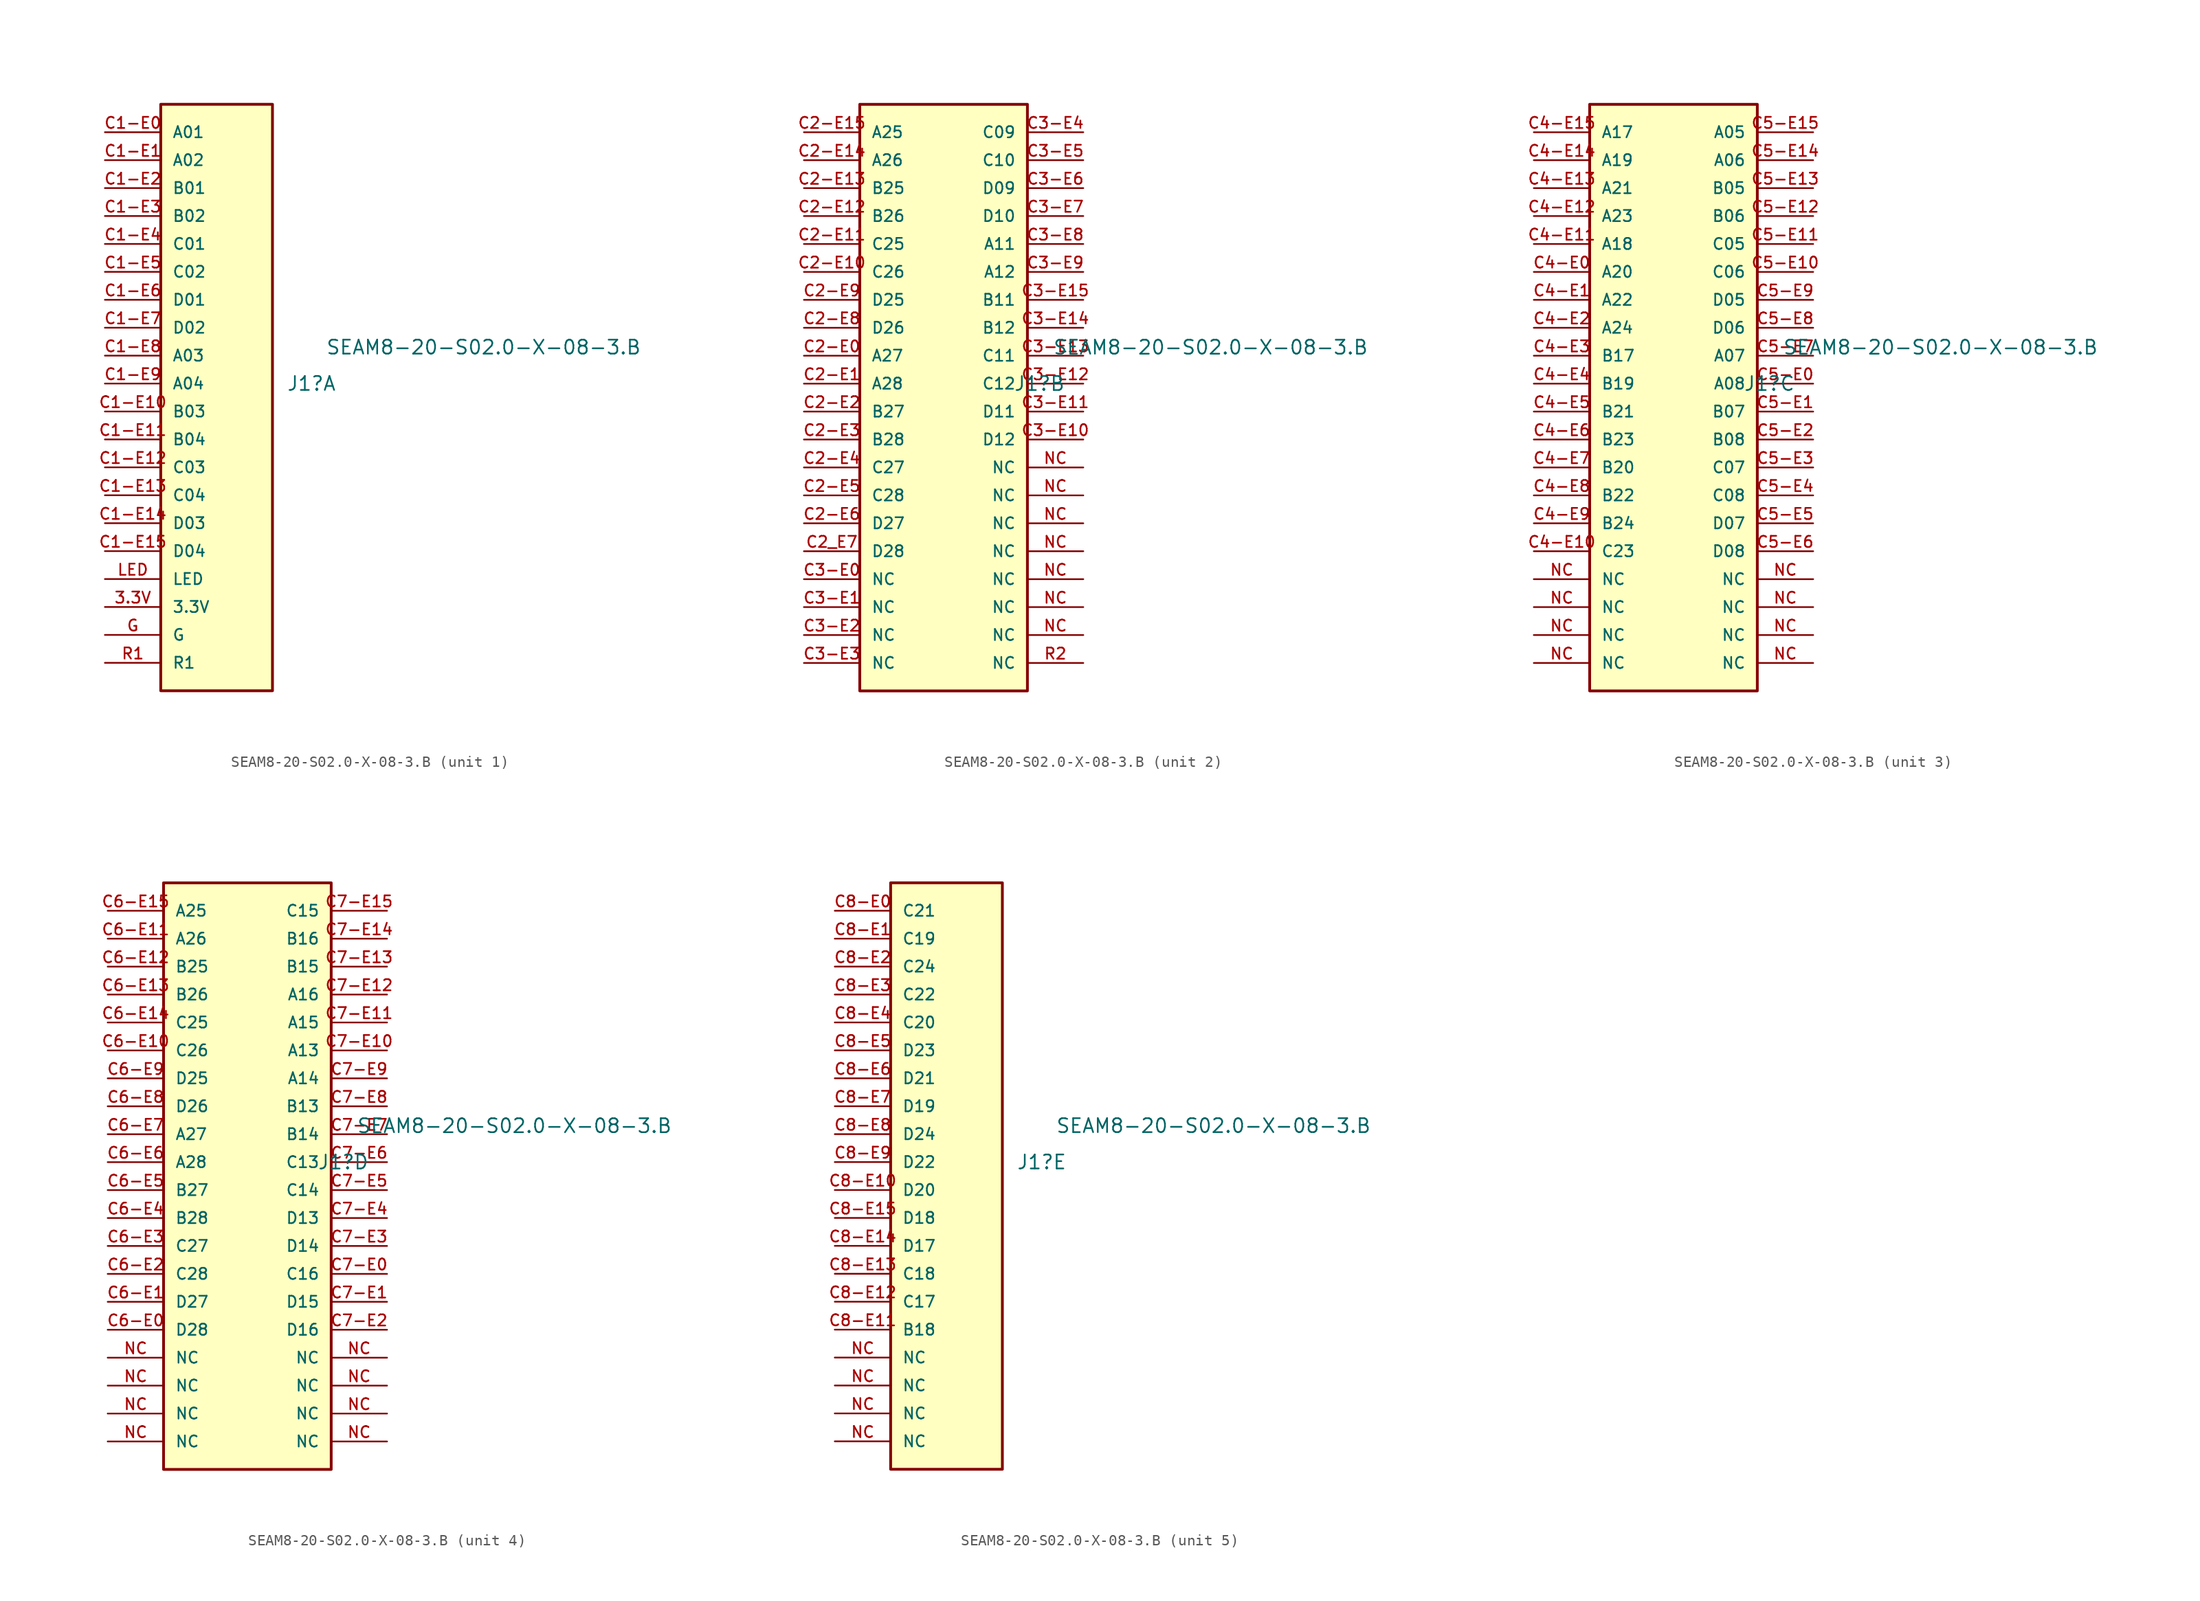
<source format=kicad_sym>
(kicad_symbol_lib
  (version 20241209)
  (generator "kicad_symbol_editor")
  (generator_version "9.0")
  (symbol "SEAM8-20-S02.0-X-08-3.B"
    (pin_names
      (offset 1.016))
    (property "Reference" "J1"
      (at 6.35 2.54 0)
      (effects (font (size 1.27 1.27)) (justify left)))
    (property "Value" "SEAM8-20-S02.0-X-08-3.B"
      (at 9.906 5.842 0)
      (effects (font (size 1.27 1.27)) (justify left)))
    (symbol "SEAM8-20-S02.0-X-08-3.B_1_0"
      (rectangle (start -5.08 27.94) (end 5.08 -25.4) (stroke (width 0.254) (type default)) (fill (type background)))
      (pin passive line (at -10.16 25.4 0) (length 5.08) (name "A01" (effects (font (size 1.016 1.016)))) (number "C1-E0" (effects (font (size 1.016 1.016)))))
      (pin passive line (at -10.16 22.86 0) (length 5.08) (name "A02" (effects (font (size 1.016 1.016)))) (number "C1-E1" (effects (font (size 1.016 1.016)))))
      (pin passive line (at -10.16 20.32 0) (length 5.08) (name "B01" (effects (font (size 1.016 1.016)))) (number "C1-E2" (effects (font (size 1.016 1.016)))))
      (pin passive line (at -10.16 17.78 0) (length 5.08) (name "B02" (effects (font (size 1.016 1.016)))) (number "C1-E3" (effects (font (size 1.016 1.016)))))
      (pin passive line (at -10.16 15.24 0) (length 5.08) (name "C01" (effects (font (size 1.016 1.016)))) (number "C1-E4" (effects (font (size 1.016 1.016)))))
      (pin passive line (at -10.16 12.7 0) (length 5.08) (name "C02" (effects (font (size 1.016 1.016)))) (number "C1-E5" (effects (font (size 1.016 1.016)))))
      (pin passive line (at -10.16 10.16 0) (length 5.08) (name "D01" (effects (font (size 1.016 1.016)))) (number "C1-E6" (effects (font (size 1.016 1.016)))))
      (pin passive line (at -10.16 7.62 0) (length 5.08) (name "D02" (effects (font (size 1.016 1.016)))) (number "C1-E7" (effects (font (size 1.016 1.016)))))
      (pin passive line (at -10.16 5.08 0) (length 5.08) (name "A03" (effects (font (size 1.016 1.016)))) (number "C1-E8" (effects (font (size 1.016 1.016)))))
      (pin passive line (at -10.16 2.54 0) (length 5.08) (name "A04" (effects (font (size 1.016 1.016)))) (number "C1-E9" (effects (font (size 1.016 1.016)))))
      (pin passive line (at -10.16 0 0) (length 5.08) (name "B03" (effects (font (size 1.016 1.016)))) (number "C1-E10" (effects (font (size 1.016 1.016)))))
      (pin passive line (at -10.16 -2.54 0) (length 5.08) (name "B04" (effects (font (size 1.016 1.016)))) (number "C1-E11" (effects (font (size 1.016 1.016)))))
      (pin passive line (at -10.16 -5.08 0) (length 5.08) (name "C03" (effects (font (size 1.016 1.016)))) (number "C1-E12" (effects (font (size 1.016 1.016)))))
      (pin passive line (at -10.16 -7.62 0) (length 5.08) (name "C04" (effects (font (size 1.016 1.016)))) (number "C1-E13" (effects (font (size 1.016 1.016)))))
      (pin passive line (at -10.16 -10.16 0) (length 5.08) (name "D03" (effects (font (size 1.016 1.016)))) (number "C1-E14" (effects (font (size 1.016 1.016)))))
      (pin passive line (at -10.16 -12.7 0) (length 5.08) (name "D04" (effects (font (size 1.016 1.016)))) (number "C1-E15" (effects (font (size 1.016 1.016)))))
      (pin passive line (at -10.16 -15.24 0) (length 5.08) (name "LED" (effects (font (size 1.016 1.016)))) (number "LED" (effects (font (size 1.016 1.016)))))
      (pin passive line (at -10.16 -17.78 0) (length 5.08) (name "3.3V" (effects (font (size 1.016 1.016)))) (number "3.3V" (effects (font (size 1.016 1.016)))))
      (pin passive line (at -10.16 -20.32 0) (length 5.08) (name "G" (effects (font (size 1.016 1.016)))) (number "G" (effects (font (size 1.016 1.016)))))
      (pin passive line (at -10.16 -22.86 0) (length 5.08) (name "R1" (effects (font (size 1.016 1.016)))) (number "R1" (effects (font (size 1.016 1.016))))))
    (symbol "SEAM8-20-S02.0-X-08-3.B_2_0"
      (rectangle (start -7.62 27.94) (end 7.62 -25.4) (stroke (width 0.254) (type default)) (fill (type background)))
      (pin passive line (at -12.7 25.4 0) (length 5.08) (name "A25" (effects (font (size 1.016 1.016)))) (number "C2-E15" (effects (font (size 1.016 1.016)))))
      (pin passive line (at -12.7 22.86 0) (length 5.08) (name "A26" (effects (font (size 1.016 1.016)))) (number "C2-E14" (effects (font (size 1.016 1.016)))))
      (pin passive line (at -12.7 20.32 0) (length 5.08) (name "B25" (effects (font (size 1.016 1.016)))) (number "C2-E13" (effects (font (size 1.016 1.016)))))
      (pin passive line (at -12.7 17.78 0) (length 5.08) (name "B26" (effects (font (size 1.016 1.016)))) (number "C2-E12" (effects (font (size 1.016 1.016)))))
      (pin passive line (at -12.7 15.24 0) (length 5.08) (name "C25" (effects (font (size 1.016 1.016)))) (number "C2-E11" (effects (font (size 1.016 1.016)))))
      (pin passive line (at -12.7 12.7 0) (length 5.08) (name "C26" (effects (font (size 1.016 1.016)))) (number "C2-E10" (effects (font (size 1.016 1.016)))))
      (pin passive line (at -12.7 10.16 0) (length 5.08) (name "D25" (effects (font (size 1.016 1.016)))) (number "C2-E9" (effects (font (size 1.016 1.016)))))
      (pin passive line (at -12.7 7.62 0) (length 5.08) (name "D26" (effects (font (size 1.016 1.016)))) (number "C2-E8" (effects (font (size 1.016 1.016)))))
      (pin passive line (at -12.7 5.08 0) (length 5.08) (name "A27" (effects (font (size 1.016 1.016)))) (number "C2-E0" (effects (font (size 1.016 1.016)))))
      (pin passive line (at -12.7 2.54 0) (length 5.08) (name "A28" (effects (font (size 1.016 1.016)))) (number "C2-E1" (effects (font (size 1.016 1.016)))))
      (pin passive line (at -12.7 0 0) (length 5.08) (name "B27" (effects (font (size 1.016 1.016)))) (number "C2-E2" (effects (font (size 1.016 1.016)))))
      (pin passive line (at -12.7 -2.54 0) (length 5.08) (name "B28" (effects (font (size 1.016 1.016)))) (number "C2-E3" (effects (font (size 1.016 1.016)))))
      (pin passive line (at -12.7 -5.08 0) (length 5.08) (name "C27" (effects (font (size 1.016 1.016)))) (number "C2-E4" (effects (font (size 1.016 1.016)))))
      (pin passive line (at -12.7 -7.62 0) (length 5.08) (name "C28" (effects (font (size 1.016 1.016)))) (number "C2-E5" (effects (font (size 1.016 1.016)))))
      (pin passive line (at -12.7 -10.16 0) (length 5.08) (name "D27" (effects (font (size 1.016 1.016)))) (number "C2-E6" (effects (font (size 1.016 1.016)))))
      (pin passive line (at -12.7 -12.7 0) (length 5.08) (name "D28" (effects (font (size 1.016 1.016)))) (number "C2_E7" (effects (font (size 1.016 1.016)))))
      (pin passive line (at -12.7 -15.24 0) (length 5.08) (name "NC" (effects (font (size 1.016 1.016)))) (number "C3-E0" (effects (font (size 1.016 1.016)))))
      (pin passive line (at -12.7 -17.78 0) (length 5.08) (name "NC" (effects (font (size 1.016 1.016)))) (number "C3-E1" (effects (font (size 1.016 1.016)))))
      (pin passive line (at -12.7 -20.32 0) (length 5.08) (name "NC" (effects (font (size 1.016 1.016)))) (number "C3-E2" (effects (font (size 1.016 1.016)))))
      (pin passive line (at -12.7 -22.86 0) (length 5.08) (name "NC" (effects (font (size 1.016 1.016)))) (number "C3-E3" (effects (font (size 1.016 1.016)))))
      (pin passive line (at 12.7 25.4 180) (length 5.08) (name "C09" (effects (font (size 1.016 1.016)))) (number "C3-E4" (effects (font (size 1.016 1.016)))))
      (pin passive line (at 12.7 22.86 180) (length 5.08) (name "C10" (effects (font (size 1.016 1.016)))) (number "C3-E5" (effects (font (size 1.016 1.016)))))
      (pin passive line (at 12.7 20.32 180) (length 5.08) (name "D09" (effects (font (size 1.016 1.016)))) (number "C3-E6" (effects (font (size 1.016 1.016)))))
      (pin passive line (at 12.7 17.78 180) (length 5.08) (name "D10" (effects (font (size 1.016 1.016)))) (number "C3-E7" (effects (font (size 1.016 1.016)))))
      (pin passive line (at 12.7 15.24 180) (length 5.08) (name "A11" (effects (font (size 1.016 1.016)))) (number "C3-E8" (effects (font (size 1.016 1.016)))))
      (pin passive line (at 12.7 12.7 180) (length 5.08) (name "A12" (effects (font (size 1.016 1.016)))) (number "C3-E9" (effects (font (size 1.016 1.016)))))
      (pin passive line (at 12.7 10.16 180) (length 5.08) (name "B11" (effects (font (size 1.016 1.016)))) (number "C3-E15" (effects (font (size 1.016 1.016)))))
      (pin passive line (at 12.7 7.62 180) (length 5.08) (name "B12" (effects (font (size 1.016 1.016)))) (number "C3-E14" (effects (font (size 1.016 1.016)))))
      (pin passive line (at 12.7 5.08 180) (length 5.08) (name "C11" (effects (font (size 1.016 1.016)))) (number "C3-E13" (effects (font (size 1.016 1.016)))))
      (pin passive line (at 12.7 2.54 180) (length 5.08) (name "C12" (effects (font (size 1.016 1.016)))) (number "C3-E12" (effects (font (size 1.016 1.016)))))
      (pin passive line (at 12.7 0 180) (length 5.08) (name "D11" (effects (font (size 1.016 1.016)))) (number "C3-E11" (effects (font (size 1.016 1.016)))))
      (pin passive line (at 12.7 -2.54 180) (length 5.08) (name "D12" (effects (font (size 1.016 1.016)))) (number "C3-E10" (effects (font (size 1.016 1.016)))))
      (pin passive line (at 12.7 -5.08 180) (length 5.08) (name "NC" (effects (font (size 1.016 1.016)))) (number "NC" (effects (font (size 1.016 1.016)))))
      (pin passive line (at 12.7 -7.62 180) (length 5.08) (name "NC" (effects (font (size 1.016 1.016)))) (number "NC" (effects (font (size 1.016 1.016)))))
      (pin passive line (at 12.7 -10.16 180) (length 5.08) (name "NC" (effects (font (size 1.016 1.016)))) (number "NC" (effects (font (size 1.016 1.016)))))
      (pin passive line (at 12.7 -12.7 180) (length 5.08) (name "NC" (effects (font (size 1.016 1.016)))) (number "NC" (effects (font (size 1.016 1.016)))))
      (pin passive line (at 12.7 -15.24 180) (length 5.08) (name "NC" (effects (font (size 1.016 1.016)))) (number "NC" (effects (font (size 1.016 1.016)))))
      (pin passive line (at 12.7 -17.78 180) (length 5.08) (name "NC" (effects (font (size 1.016 1.016)))) (number "NC" (effects (font (size 1.016 1.016)))))
      (pin passive line (at 12.7 -20.32 180) (length 5.08) (name "NC" (effects (font (size 1.016 1.016)))) (number "NC" (effects (font (size 1.016 1.016)))))
      (pin passive line (at 12.7 -22.86 180) (length 5.08) (name "NC" (effects (font (size 1.016 1.016)))) (number "R2" (effects (font (size 1.016 1.016))))))
    (symbol "SEAM8-20-S02.0-X-08-3.B_3_0"
      (rectangle (start -7.62 27.94) (end 7.62 -25.4) (stroke (width 0.254) (type default)) (fill (type background)))
      (pin passive line (at -12.7 25.4 0) (length 5.08) (name "A17" (effects (font (size 1.016 1.016)))) (number "C4-E15" (effects (font (size 1.016 1.016)))))
      (pin passive line (at -12.7 22.86 0) (length 5.08) (name "A19" (effects (font (size 1.016 1.016)))) (number "C4-E14" (effects (font (size 1.016 1.016)))))
      (pin passive line (at -12.7 20.32 0) (length 5.08) (name "A21" (effects (font (size 1.016 1.016)))) (number "C4-E13" (effects (font (size 1.016 1.016)))))
      (pin passive line (at -12.7 17.78 0) (length 5.08) (name "A23" (effects (font (size 1.016 1.016)))) (number "C4-E12" (effects (font (size 1.016 1.016)))))
      (pin passive line (at -12.7 15.24 0) (length 5.08) (name "A18" (effects (font (size 1.016 1.016)))) (number "C4-E11" (effects (font (size 1.016 1.016)))))
      (pin passive line (at -12.7 12.7 0) (length 5.08) (name "A20" (effects (font (size 1.016 1.016)))) (number "C4-E0" (effects (font (size 1.016 1.016)))))
      (pin passive line (at -12.7 10.16 0) (length 5.08) (name "A22" (effects (font (size 1.016 1.016)))) (number "C4-E1" (effects (font (size 1.016 1.016)))))
      (pin passive line (at -12.7 7.62 0) (length 5.08) (name "A24" (effects (font (size 1.016 1.016)))) (number "C4-E2" (effects (font (size 1.016 1.016)))))
      (pin passive line (at -12.7 5.08 0) (length 5.08) (name "B17" (effects (font (size 1.016 1.016)))) (number "C4-E3" (effects (font (size 1.016 1.016)))))
      (pin passive line (at -12.7 2.54 0) (length 5.08) (name "B19" (effects (font (size 1.016 1.016)))) (number "C4-E4" (effects (font (size 1.016 1.016)))))
      (pin passive line (at -12.7 0 0) (length 5.08) (name "B21" (effects (font (size 1.016 1.016)))) (number "C4-E5" (effects (font (size 1.016 1.016)))))
      (pin passive line (at -12.7 -2.54 0) (length 5.08) (name "B23" (effects (font (size 1.016 1.016)))) (number "C4-E6" (effects (font (size 1.016 1.016)))))
      (pin passive line (at -12.7 -5.08 0) (length 5.08) (name "B20" (effects (font (size 1.016 1.016)))) (number "C4-E7" (effects (font (size 1.016 1.016)))))
      (pin passive line (at -12.7 -7.62 0) (length 5.08) (name "B22" (effects (font (size 1.016 1.016)))) (number "C4-E8" (effects (font (size 1.016 1.016)))))
      (pin passive line (at -12.7 -10.16 0) (length 5.08) (name "B24" (effects (font (size 1.016 1.016)))) (number "C4-E9" (effects (font (size 1.016 1.016)))))
      (pin passive line (at -12.7 -12.7 0) (length 5.08) (name "C23" (effects (font (size 1.016 1.016)))) (number "C4-E10" (effects (font (size 1.016 1.016)))))
      (pin passive line (at -12.7 -15.24 0) (length 5.08) (name "NC" (effects (font (size 1.016 1.016)))) (number "NC" (effects (font (size 1.016 1.016)))))
      (pin passive line (at -12.7 -17.78 0) (length 5.08) (name "NC" (effects (font (size 1.016 1.016)))) (number "NC" (effects (font (size 1.016 1.016)))))
      (pin passive line (at -12.7 -20.32 0) (length 5.08) (name "NC" (effects (font (size 1.016 1.016)))) (number "NC" (effects (font (size 1.016 1.016)))))
      (pin passive line (at -12.7 -22.86 0) (length 5.08) (name "NC" (effects (font (size 1.016 1.016)))) (number "NC" (effects (font (size 1.016 1.016)))))
      (pin passive line (at 12.7 25.4 180) (length 5.08) (name "A05" (effects (font (size 1.016 1.016)))) (number "C5-E15" (effects (font (size 1.016 1.016)))))
      (pin passive line (at 12.7 22.86 180) (length 5.08) (name "A06" (effects (font (size 1.016 1.016)))) (number "C5-E14" (effects (font (size 1.016 1.016)))))
      (pin passive line (at 12.7 20.32 180) (length 5.08) (name "B05" (effects (font (size 1.016 1.016)))) (number "C5-E13" (effects (font (size 1.016 1.016)))))
      (pin passive line (at 12.7 17.78 180) (length 5.08) (name "B06" (effects (font (size 1.016 1.016)))) (number "C5-E12" (effects (font (size 1.016 1.016)))))
      (pin passive line (at 12.7 15.24 180) (length 5.08) (name "C05" (effects (font (size 1.016 1.016)))) (number "C5-E11" (effects (font (size 1.016 1.016)))))
      (pin passive line (at 12.7 12.7 180) (length 5.08) (name "C06" (effects (font (size 1.016 1.016)))) (number "C5-E10" (effects (font (size 1.016 1.016)))))
      (pin passive line (at 12.7 10.16 180) (length 5.08) (name "D05" (effects (font (size 1.016 1.016)))) (number "C5-E9" (effects (font (size 1.016 1.016)))))
      (pin passive line (at 12.7 7.62 180) (length 5.08) (name "D06" (effects (font (size 1.016 1.016)))) (number "C5-E8" (effects (font (size 1.016 1.016)))))
      (pin passive line (at 12.7 5.08 180) (length 5.08) (name "A07" (effects (font (size 1.016 1.016)))) (number "C5-E7" (effects (font (size 1.016 1.016)))))
      (pin passive line (at 12.7 2.54 180) (length 5.08) (name "A08" (effects (font (size 1.016 1.016)))) (number "C5-E0" (effects (font (size 1.016 1.016)))))
      (pin passive line (at 12.7 0 180) (length 5.08) (name "B07" (effects (font (size 1.016 1.016)))) (number "C5-E1" (effects (font (size 1.016 1.016)))))
      (pin passive line (at 12.7 -2.54 180) (length 5.08) (name "B08" (effects (font (size 1.016 1.016)))) (number "C5-E2" (effects (font (size 1.016 1.016)))))
      (pin passive line (at 12.7 -5.08 180) (length 5.08) (name "C07" (effects (font (size 1.016 1.016)))) (number "C5-E3" (effects (font (size 1.016 1.016)))))
      (pin passive line (at 12.7 -7.62 180) (length 5.08) (name "C08" (effects (font (size 1.016 1.016)))) (number "C5-E4" (effects (font (size 1.016 1.016)))))
      (pin passive line (at 12.7 -10.16 180) (length 5.08) (name "D07" (effects (font (size 1.016 1.016)))) (number "C5-E5" (effects (font (size 1.016 1.016)))))
      (pin passive line (at 12.7 -12.7 180) (length 5.08) (name "D08" (effects (font (size 1.016 1.016)))) (number "C5-E6" (effects (font (size 1.016 1.016)))))
      (pin passive line (at 12.7 -15.24 180) (length 5.08) (name "NC" (effects (font (size 1.016 1.016)))) (number "NC" (effects (font (size 1.016 1.016)))))
      (pin passive line (at 12.7 -17.78 180) (length 5.08) (name "NC" (effects (font (size 1.016 1.016)))) (number "NC" (effects (font (size 1.016 1.016)))))
      (pin passive line (at 12.7 -20.32 180) (length 5.08) (name "NC" (effects (font (size 1.016 1.016)))) (number "NC" (effects (font (size 1.016 1.016)))))
      (pin passive line (at 12.7 -22.86 180) (length 5.08) (name "NC" (effects (font (size 1.016 1.016)))) (number "NC" (effects (font (size 1.016 1.016))))))
    (symbol "SEAM8-20-S02.0-X-08-3.B_4_0"
      (rectangle (start -7.62 27.94) (end 7.62 -25.4) (stroke (width 0.254) (type default)) (fill (type background)))
      (pin passive line (at -12.7 25.4 0) (length 5.08) (name "A25" (effects (font (size 1.016 1.016)))) (number "C6-E15" (effects (font (size 1.016 1.016)))))
      (pin passive line (at -12.7 22.86 0) (length 5.08) (name "A26" (effects (font (size 1.016 1.016)))) (number "C6-E11" (effects (font (size 1.016 1.016)))))
      (pin passive line (at -12.7 20.32 0) (length 5.08) (name "B25" (effects (font (size 1.016 1.016)))) (number "C6-E12" (effects (font (size 1.016 1.016)))))
      (pin passive line (at -12.7 17.78 0) (length 5.08) (name "B26" (effects (font (size 1.016 1.016)))) (number "C6-E13" (effects (font (size 1.016 1.016)))))
      (pin passive line (at -12.7 15.24 0) (length 5.08) (name "C25" (effects (font (size 1.016 1.016)))) (number "C6-E14" (effects (font (size 1.016 1.016)))))
      (pin passive line (at -12.7 12.7 0) (length 5.08) (name "C26" (effects (font (size 1.016 1.016)))) (number "C6-E10" (effects (font (size 1.016 1.016)))))
      (pin passive line (at -12.7 10.16 0) (length 5.08) (name "D25" (effects (font (size 1.016 1.016)))) (number "C6-E9" (effects (font (size 1.016 1.016)))))
      (pin passive line (at -12.7 7.62 0) (length 5.08) (name "D26" (effects (font (size 1.016 1.016)))) (number "C6-E8" (effects (font (size 1.016 1.016)))))
      (pin passive line (at -12.7 5.08 0) (length 5.08) (name "A27" (effects (font (size 1.016 1.016)))) (number "C6-E7" (effects (font (size 1.016 1.016)))))
      (pin passive line (at -12.7 2.54 0) (length 5.08) (name "A28" (effects (font (size 1.016 1.016)))) (number "C6-E6" (effects (font (size 1.016 1.016)))))
      (pin passive line (at -12.7 0 0) (length 5.08) (name "B27" (effects (font (size 1.016 1.016)))) (number "C6-E5" (effects (font (size 1.016 1.016)))))
      (pin passive line (at -12.7 -2.54 0) (length 5.08) (name "B28" (effects (font (size 1.016 1.016)))) (number "C6-E4" (effects (font (size 1.016 1.016)))))
      (pin passive line (at -12.7 -5.08 0) (length 5.08) (name "C27" (effects (font (size 1.016 1.016)))) (number "C6-E3" (effects (font (size 1.016 1.016)))))
      (pin passive line (at -12.7 -7.62 0) (length 5.08) (name "C28" (effects (font (size 1.016 1.016)))) (number "C6-E2" (effects (font (size 1.016 1.016)))))
      (pin passive line (at -12.7 -10.16 0) (length 5.08) (name "D27" (effects (font (size 1.016 1.016)))) (number "C6-E1" (effects (font (size 1.016 1.016)))))
      (pin passive line (at -12.7 -12.7 0) (length 5.08) (name "D28" (effects (font (size 1.016 1.016)))) (number "C6-E0" (effects (font (size 1.016 1.016)))))
      (pin passive line (at -12.7 -15.24 0) (length 5.08) (name "NC" (effects (font (size 1.016 1.016)))) (number "NC" (effects (font (size 1.016 1.016)))))
      (pin passive line (at -12.7 -17.78 0) (length 5.08) (name "NC" (effects (font (size 1.016 1.016)))) (number "NC" (effects (font (size 1.016 1.016)))))
      (pin passive line (at -12.7 -20.32 0) (length 5.08) (name "NC" (effects (font (size 1.016 1.016)))) (number "NC" (effects (font (size 1.016 1.016)))))
      (pin passive line (at -12.7 -22.86 0) (length 5.08) (name "NC" (effects (font (size 1.016 1.016)))) (number "NC" (effects (font (size 1.016 1.016)))))
      (pin passive line (at 12.7 25.4 180) (length 5.08) (name "C15" (effects (font (size 1.016 1.016)))) (number "C7-E15" (effects (font (size 1.016 1.016)))))
      (pin passive line (at 12.7 22.86 180) (length 5.08) (name "B16" (effects (font (size 1.016 1.016)))) (number "C7-E14" (effects (font (size 1.016 1.016)))))
      (pin passive line (at 12.7 20.32 180) (length 5.08) (name "B15" (effects (font (size 1.016 1.016)))) (number "C7-E13" (effects (font (size 1.016 1.016)))))
      (pin passive line (at 12.7 17.78 180) (length 5.08) (name "A16" (effects (font (size 1.016 1.016)))) (number "C7-E12" (effects (font (size 1.016 1.016)))))
      (pin passive line (at 12.7 15.24 180) (length 5.08) (name "A15" (effects (font (size 1.016 1.016)))) (number "C7-E11" (effects (font (size 1.016 1.016)))))
      (pin passive line (at 12.7 12.7 180) (length 5.08) (name "A13" (effects (font (size 1.016 1.016)))) (number "C7-E10" (effects (font (size 1.016 1.016)))))
      (pin passive line (at 12.7 10.16 180) (length 5.08) (name "A14" (effects (font (size 1.016 1.016)))) (number "C7-E9" (effects (font (size 1.016 1.016)))))
      (pin passive line (at 12.7 7.62 180) (length 5.08) (name "B13" (effects (font (size 1.016 1.016)))) (number "C7-E8" (effects (font (size 1.016 1.016)))))
      (pin passive line (at 12.7 5.08 180) (length 5.08) (name "B14" (effects (font (size 1.016 1.016)))) (number "C7-E7" (effects (font (size 1.016 1.016)))))
      (pin passive line (at 12.7 2.54 180) (length 5.08) (name "C13" (effects (font (size 1.016 1.016)))) (number "C7-E6" (effects (font (size 1.016 1.016)))))
      (pin passive line (at 12.7 0 180) (length 5.08) (name "C14" (effects (font (size 1.016 1.016)))) (number "C7-E5" (effects (font (size 1.016 1.016)))))
      (pin passive line (at 12.7 -2.54 180) (length 5.08) (name "D13" (effects (font (size 1.016 1.016)))) (number "C7-E4" (effects (font (size 1.016 1.016)))))
      (pin passive line (at 12.7 -5.08 180) (length 5.08) (name "D14" (effects (font (size 1.016 1.016)))) (number "C7-E3" (effects (font (size 1.016 1.016)))))
      (pin passive line (at 12.7 -7.62 180) (length 5.08) (name "C16" (effects (font (size 1.016 1.016)))) (number "C7-E0" (effects (font (size 1.016 1.016)))))
      (pin passive line (at 12.7 -10.16 180) (length 5.08) (name "D15" (effects (font (size 1.016 1.016)))) (number "C7-E1" (effects (font (size 1.016 1.016)))))
      (pin passive line (at 12.7 -12.7 180) (length 5.08) (name "D16" (effects (font (size 1.016 1.016)))) (number "C7-E2" (effects (font (size 1.016 1.016)))))
      (pin passive line (at 12.7 -15.24 180) (length 5.08) (name "NC" (effects (font (size 1.016 1.016)))) (number "NC" (effects (font (size 1.016 1.016)))))
      (pin passive line (at 12.7 -17.78 180) (length 5.08) (name "NC" (effects (font (size 1.016 1.016)))) (number "NC" (effects (font (size 1.016 1.016)))))
      (pin passive line (at 12.7 -20.32 180) (length 5.08) (name "NC" (effects (font (size 1.016 1.016)))) (number "NC" (effects (font (size 1.016 1.016)))))
      (pin passive line (at 12.7 -22.86 180) (length 5.08) (name "NC" (effects (font (size 1.016 1.016)))) (number "NC" (effects (font (size 1.016 1.016))))))
    (symbol "SEAM8-20-S02.0-X-08-3.B_5_0"
      (rectangle (start -5.08 -25.4) (end 5.08 27.94) (stroke (width 0.254) (type default)) (fill (type background)))
      (pin passive line (at -10.16 25.4 0) (length 5.08) (name "C21" (effects (font (size 1.016 1.016)))) (number "C8-E0" (effects (font (size 1.016 1.016)))))
      (pin passive line (at -10.16 22.86 0) (length 5.08) (name "C19" (effects (font (size 1.016 1.016)))) (number "C8-E1" (effects (font (size 1.016 1.016)))))
      (pin passive line (at -10.16 20.32 0) (length 5.08) (name "C24" (effects (font (size 1.016 1.016)))) (number "C8-E2" (effects (font (size 1.016 1.016)))))
      (pin passive line (at -10.16 17.78 0) (length 5.08) (name "C22" (effects (font (size 1.016 1.016)))) (number "C8-E3" (effects (font (size 1.016 1.016)))))
      (pin passive line (at -10.16 15.24 0) (length 5.08) (name "C20" (effects (font (size 1.016 1.016)))) (number "C8-E4" (effects (font (size 1.016 1.016)))))
      (pin passive line (at -10.16 12.7 0) (length 5.08) (name "D23" (effects (font (size 1.016 1.016)))) (number "C8-E5" (effects (font (size 1.016 1.016)))))
      (pin passive line (at -10.16 10.16 0) (length 5.08) (name "D21" (effects (font (size 1.016 1.016)))) (number "C8-E6" (effects (font (size 1.016 1.016)))))
      (pin passive line (at -10.16 7.62 0) (length 5.08) (name "D19" (effects (font (size 1.016 1.016)))) (number "C8-E7" (effects (font (size 1.016 1.016)))))
      (pin passive line (at -10.16 5.08 0) (length 5.08) (name "D24" (effects (font (size 1.016 1.016)))) (number "C8-E8" (effects (font (size 1.016 1.016)))))
      (pin passive line (at -10.16 2.54 0) (length 5.08) (name "D22" (effects (font (size 1.016 1.016)))) (number "C8-E9" (effects (font (size 1.016 1.016)))))
      (pin passive line (at -10.16 0 0) (length 5.08) (name "D20" (effects (font (size 1.016 1.016)))) (number "C8-E10" (effects (font (size 1.016 1.016)))))
      (pin passive line (at -10.16 -2.54 0) (length 5.08) (name "D18" (effects (font (size 1.016 1.016)))) (number "C8-E15" (effects (font (size 1.016 1.016)))))
      (pin passive line (at -10.16 -5.08 0) (length 5.08) (name "D17" (effects (font (size 1.016 1.016)))) (number "C8-E14" (effects (font (size 1.016 1.016)))))
      (pin passive line (at -10.16 -7.62 0) (length 5.08) (name "C18" (effects (font (size 1.016 1.016)))) (number "C8-E13" (effects (font (size 1.016 1.016)))))
      (pin passive line (at -10.16 -10.16 0) (length 5.08) (name "C17" (effects (font (size 1.016 1.016)))) (number "C8-E12" (effects (font (size 1.016 1.016)))))
      (pin passive line (at -10.16 -12.7 0) (length 5.08) (name "B18" (effects (font (size 1.016 1.016)))) (number "C8-E11" (effects (font (size 1.016 1.016)))))
      (pin passive line (at -10.16 -15.24 0) (length 5.08) (name "NC" (effects (font (size 1.016 1.016)))) (number "NC" (effects (font (size 1.016 1.016)))))
      (pin passive line (at -10.16 -17.78 0) (length 5.08) (name "NC" (effects (font (size 1.016 1.016)))) (number "NC" (effects (font (size 1.016 1.016)))))
      (pin passive line (at -10.16 -20.32 0) (length 5.08) (name "NC" (effects (font (size 1.016 1.016)))) (number "NC" (effects (font (size 1.016 1.016)))))
      (pin passive line (at -10.16 -22.86 0) (length 5.08) (name "NC" (effects (font (size 1.016 1.016)))) (number "NC" (effects (font (size 1.016 1.016))))))))
</source>
